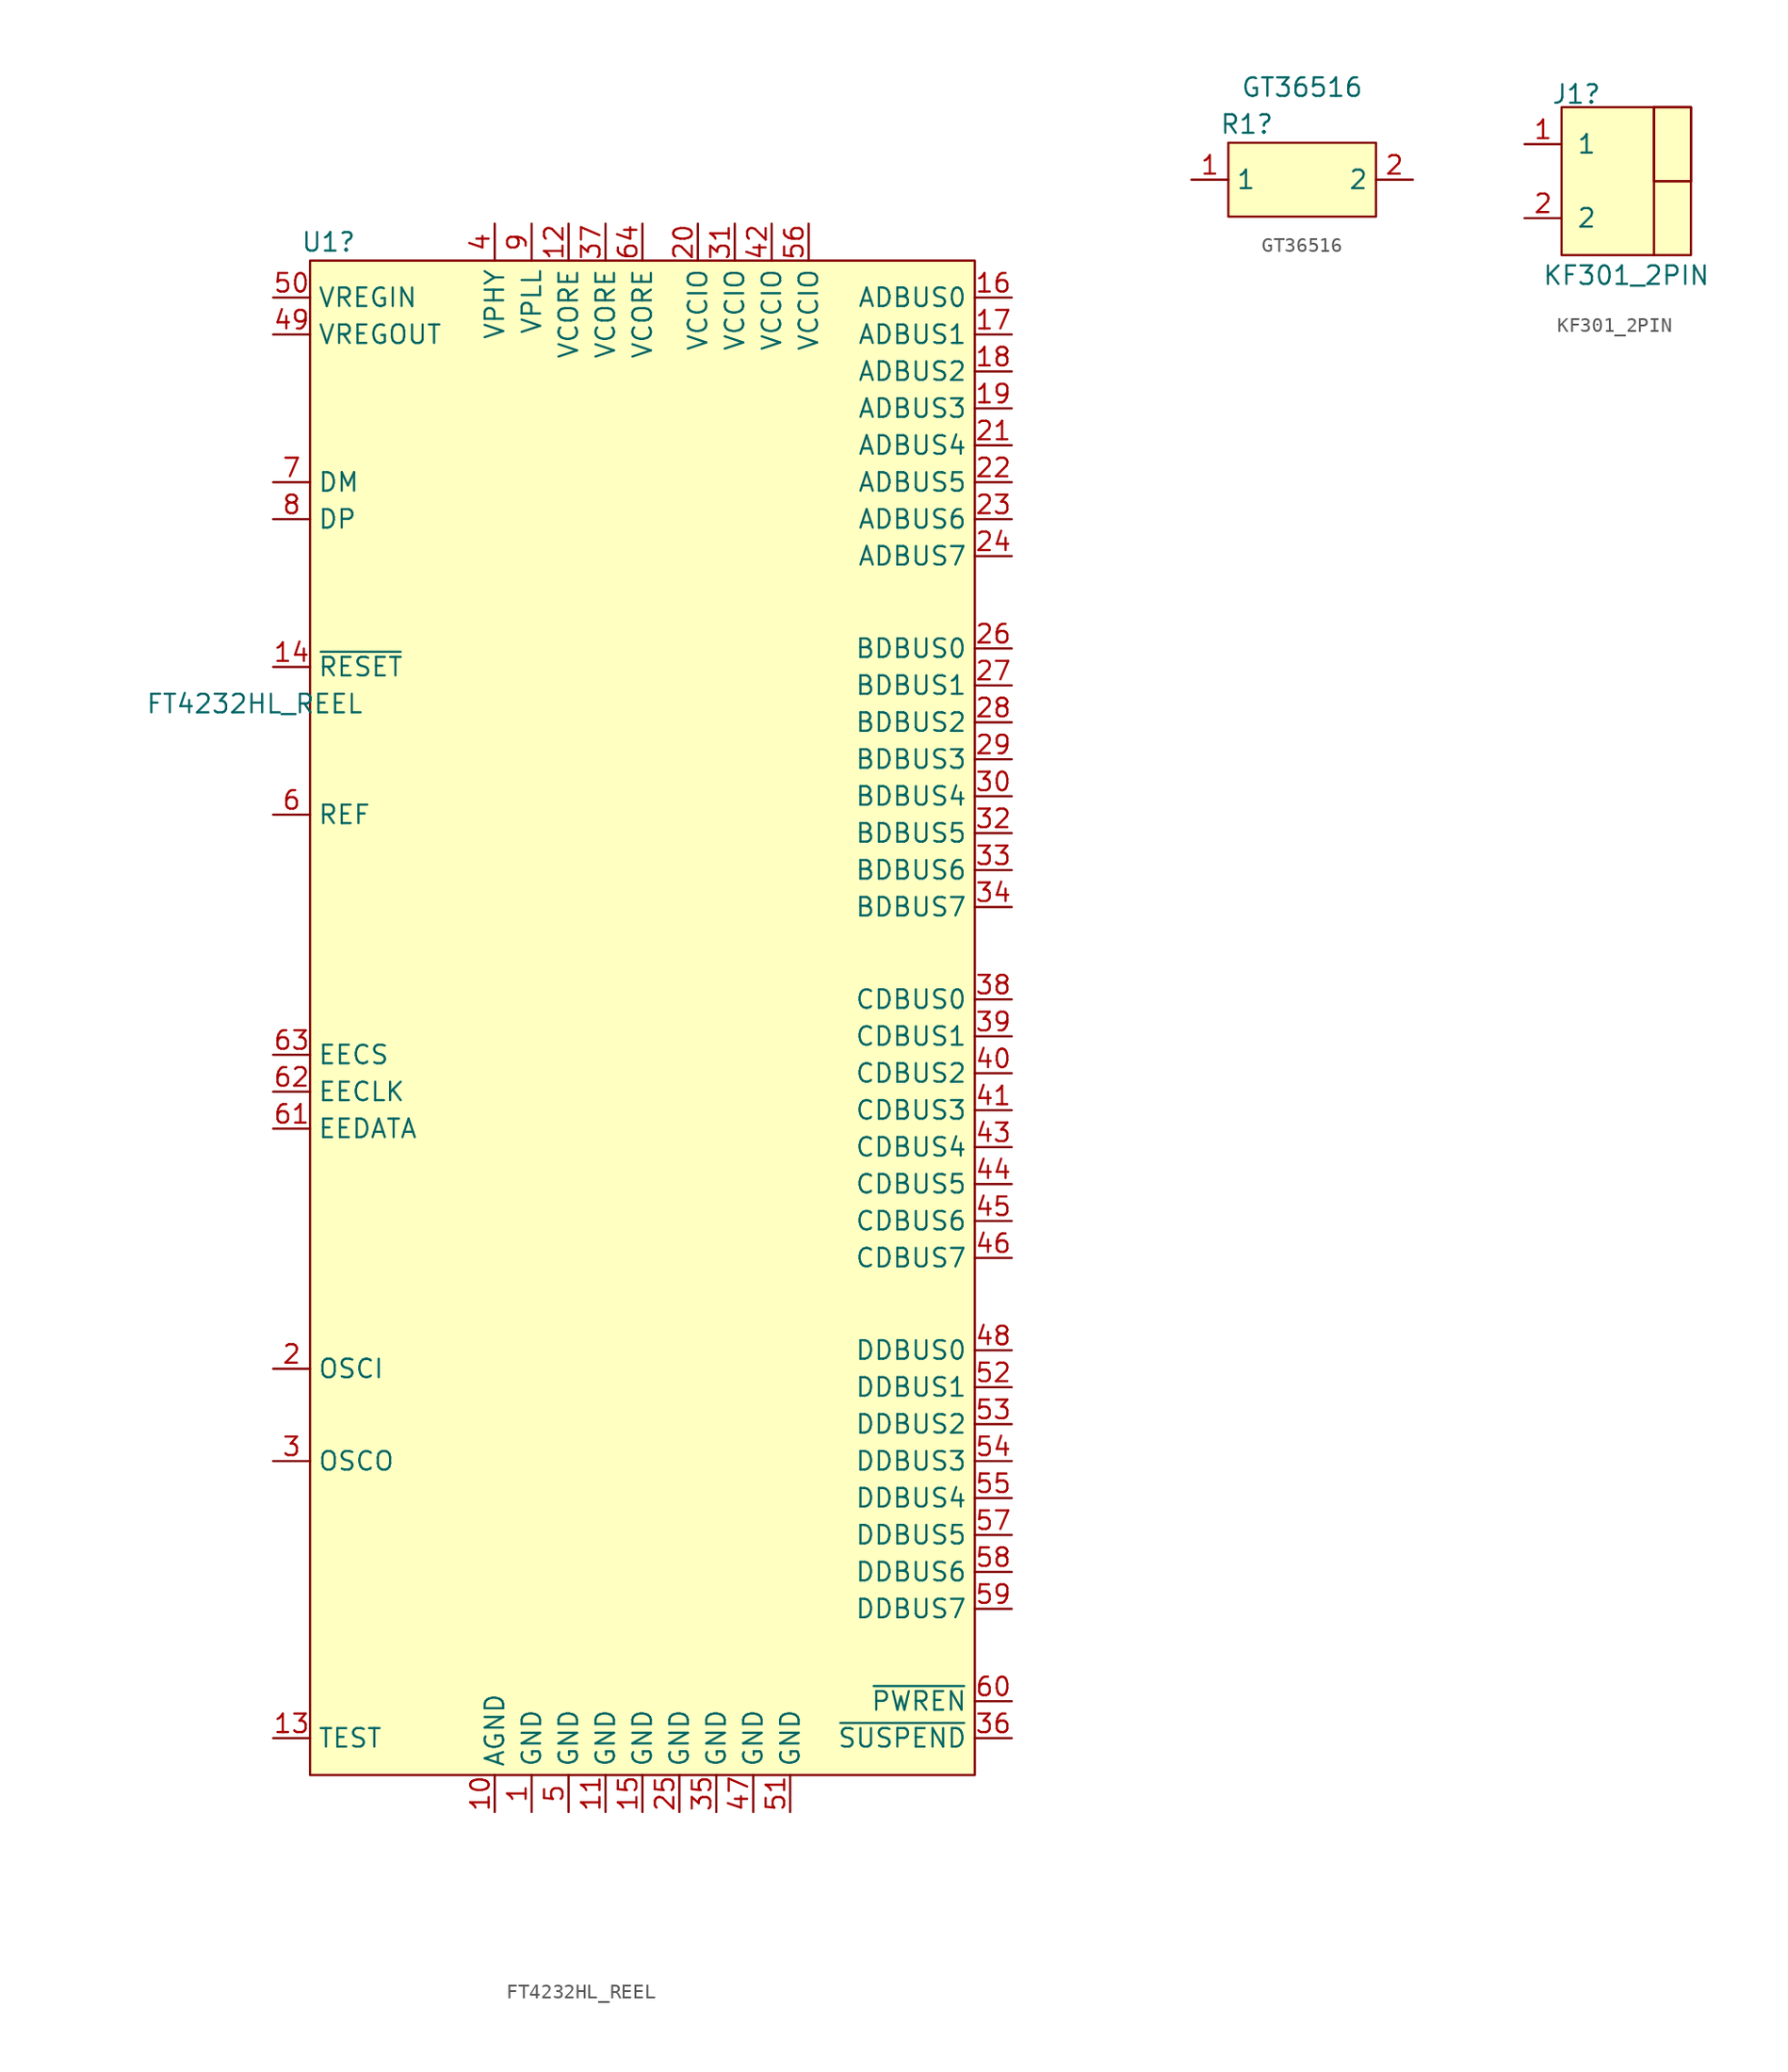
<source format=kicad_sym>
(kicad_symbol_lib
  (version 20220914)
  (generator kicad_symbol_editor)
  (symbol "FT4232HL_REEL"
    (property "Reference" "U1"
      (at -22.86 48.26 0)
      (effects (font (size 1.27 1.27))))
    (property "Value" "FT4232HL_REEL"
      (at -27.94 16.51 0)
      (effects (font (size 1.27 1.27))))
    (symbol "FT4232HL_REEL_0_1"
      (rectangle (start -24.13 46.99) (end 21.59 -57.15) (stroke (width 0) (type solid)) (fill (type background))))
    (symbol "FT4232HL_REEL_1_1"
      (pin power_in line (at -8.89 -59.69 90) (length 2.54) (name "GND" (effects (font (size 1.27 1.27)))) (number "1" (effects (font (size 1.27 1.27)))))
      (pin power_in line (at -11.43 -59.69 90) (length 2.54) (name "AGND" (effects (font (size 1.27 1.27)))) (number "10" (effects (font (size 1.27 1.27)))))
      (pin power_in line (at -3.81 -59.69 90) (length 2.54) (name "GND" (effects (font (size 1.27 1.27)))) (number "11" (effects (font (size 1.27 1.27)))))
      (pin power_in line (at -6.35 49.53 270) (length 2.54) (name "VCORE" (effects (font (size 1.27 1.27)))) (number "12" (effects (font (size 1.27 1.27)))))
      (pin passive line (at -26.67 -54.61 0) (length 2.54) (name "TEST" (effects (font (size 1.27 1.27)))) (number "13" (effects (font (size 1.27 1.27)))))
      (pin passive line (at -26.67 19.05 0) (length 2.54) (name "~{RESET}" (effects (font (size 1.27 1.27)))) (number "14" (effects (font (size 1.27 1.27)))))
      (pin power_in line (at -1.27 -59.69 90) (length 2.54) (name "GND" (effects (font (size 1.27 1.27)))) (number "15" (effects (font (size 1.27 1.27)))))
      (pin bidirectional line (at 24.13 44.45 180) (length 2.54) (name "ADBUS0" (effects (font (size 1.27 1.27)))) (number "16" (effects (font (size 1.27 1.27)))))
      (pin bidirectional line (at 24.13 41.91 180) (length 2.54) (name "ADBUS1" (effects (font (size 1.27 1.27)))) (number "17" (effects (font (size 1.27 1.27)))))
      (pin bidirectional line (at 24.13 39.37 180) (length 2.54) (name "ADBUS2" (effects (font (size 1.27 1.27)))) (number "18" (effects (font (size 1.27 1.27)))))
      (pin bidirectional line (at 24.13 36.83 180) (length 2.54) (name "ADBUS3" (effects (font (size 1.27 1.27)))) (number "19" (effects (font (size 1.27 1.27)))))
      (pin passive line (at -26.67 -29.21 0) (length 2.54) (name "OSCI" (effects (font (size 1.27 1.27)))) (number "2" (effects (font (size 1.27 1.27)))))
      (pin power_in line (at 2.54 49.53 270) (length 2.54) (name "VCCIO" (effects (font (size 1.27 1.27)))) (number "20" (effects (font (size 1.27 1.27)))))
      (pin bidirectional line (at 24.13 34.29 180) (length 2.54) (name "ADBUS4" (effects (font (size 1.27 1.27)))) (number "21" (effects (font (size 1.27 1.27)))))
      (pin bidirectional line (at 24.13 31.75 180) (length 2.54) (name "ADBUS5" (effects (font (size 1.27 1.27)))) (number "22" (effects (font (size 1.27 1.27)))))
      (pin bidirectional line (at 24.13 29.21 180) (length 2.54) (name "ADBUS6" (effects (font (size 1.27 1.27)))) (number "23" (effects (font (size 1.27 1.27)))))
      (pin bidirectional line (at 24.13 26.67 180) (length 2.54) (name "ADBUS7" (effects (font (size 1.27 1.27)))) (number "24" (effects (font (size 1.27 1.27)))))
      (pin power_in line (at 1.27 -59.69 90) (length 2.54) (name "GND" (effects (font (size 1.27 1.27)))) (number "25" (effects (font (size 1.27 1.27)))))
      (pin bidirectional line (at 24.13 20.32 180) (length 2.54) (name "BDBUS0" (effects (font (size 1.27 1.27)))) (number "26" (effects (font (size 1.27 1.27)))))
      (pin bidirectional line (at 24.13 17.78 180) (length 2.54) (name "BDBUS1" (effects (font (size 1.27 1.27)))) (number "27" (effects (font (size 1.27 1.27)))))
      (pin bidirectional line (at 24.13 15.24 180) (length 2.54) (name "BDBUS2" (effects (font (size 1.27 1.27)))) (number "28" (effects (font (size 1.27 1.27)))))
      (pin bidirectional line (at 24.13 12.7 180) (length 2.54) (name "BDBUS3" (effects (font (size 1.27 1.27)))) (number "29" (effects (font (size 1.27 1.27)))))
      (pin passive line (at -26.67 -35.56 0) (length 2.54) (name "OSCO" (effects (font (size 1.27 1.27)))) (number "3" (effects (font (size 1.27 1.27)))))
      (pin bidirectional line (at 24.13 10.16 180) (length 2.54) (name "BDBUS4" (effects (font (size 1.27 1.27)))) (number "30" (effects (font (size 1.27 1.27)))))
      (pin power_in line (at 5.08 49.53 270) (length 2.54) (name "VCCIO" (effects (font (size 1.27 1.27)))) (number "31" (effects (font (size 1.27 1.27)))))
      (pin bidirectional line (at 24.13 7.62 180) (length 2.54) (name "BDBUS5" (effects (font (size 1.27 1.27)))) (number "32" (effects (font (size 1.27 1.27)))))
      (pin bidirectional line (at 24.13 5.08 180) (length 2.54) (name "BDBUS6" (effects (font (size 1.27 1.27)))) (number "33" (effects (font (size 1.27 1.27)))))
      (pin bidirectional line (at 24.13 2.54 180) (length 2.54) (name "BDBUS7" (effects (font (size 1.27 1.27)))) (number "34" (effects (font (size 1.27 1.27)))))
      (pin power_in line (at 3.81 -59.69 90) (length 2.54) (name "GND" (effects (font (size 1.27 1.27)))) (number "35" (effects (font (size 1.27 1.27)))))
      (pin passive line (at 24.13 -54.61 180) (length 2.54) (name "~{SUSPEND}" (effects (font (size 1.27 1.27)))) (number "36" (effects (font (size 1.27 1.27)))))
      (pin power_in line (at -3.81 49.53 270) (length 2.54) (name "VCORE" (effects (font (size 1.27 1.27)))) (number "37" (effects (font (size 1.27 1.27)))))
      (pin bidirectional line (at 24.13 -3.81 180) (length 2.54) (name "CDBUS0" (effects (font (size 1.27 1.27)))) (number "38" (effects (font (size 1.27 1.27)))))
      (pin bidirectional line (at 24.13 -6.35 180) (length 2.54) (name "CDBUS1" (effects (font (size 1.27 1.27)))) (number "39" (effects (font (size 1.27 1.27)))))
      (pin power_in line (at -11.43 49.53 270) (length 2.54) (name "VPHY" (effects (font (size 1.27 1.27)))) (number "4" (effects (font (size 1.27 1.27)))))
      (pin bidirectional line (at 24.13 -8.89 180) (length 2.54) (name "CDBUS2" (effects (font (size 1.27 1.27)))) (number "40" (effects (font (size 1.27 1.27)))))
      (pin bidirectional line (at 24.13 -11.43 180) (length 2.54) (name "CDBUS3" (effects (font (size 1.27 1.27)))) (number "41" (effects (font (size 1.27 1.27)))))
      (pin power_in line (at 7.62 49.53 270) (length 2.54) (name "VCCIO" (effects (font (size 1.27 1.27)))) (number "42" (effects (font (size 1.27 1.27)))))
      (pin bidirectional line (at 24.13 -13.97 180) (length 2.54) (name "CDBUS4" (effects (font (size 1.27 1.27)))) (number "43" (effects (font (size 1.27 1.27)))))
      (pin bidirectional line (at 24.13 -16.51 180) (length 2.54) (name "CDBUS5" (effects (font (size 1.27 1.27)))) (number "44" (effects (font (size 1.27 1.27)))))
      (pin bidirectional line (at 24.13 -19.05 180) (length 2.54) (name "CDBUS6" (effects (font (size 1.27 1.27)))) (number "45" (effects (font (size 1.27 1.27)))))
      (pin bidirectional line (at 24.13 -21.59 180) (length 2.54) (name "CDBUS7" (effects (font (size 1.27 1.27)))) (number "46" (effects (font (size 1.27 1.27)))))
      (pin power_in line (at 6.35 -59.69 90) (length 2.54) (name "GND" (effects (font (size 1.27 1.27)))) (number "47" (effects (font (size 1.27 1.27)))))
      (pin bidirectional line (at 24.13 -27.94 180) (length 2.54) (name "DDBUS0" (effects (font (size 1.27 1.27)))) (number "48" (effects (font (size 1.27 1.27)))))
      (pin power_in line (at -26.67 41.91 0) (length 2.54) (name "VREGOUT" (effects (font (size 1.27 1.27)))) (number "49" (effects (font (size 1.27 1.27)))))
      (pin power_in line (at -6.35 -59.69 90) (length 2.54) (name "GND" (effects (font (size 1.27 1.27)))) (number "5" (effects (font (size 1.27 1.27)))))
      (pin power_in line (at -26.67 44.45 0) (length 2.54) (name "VREGIN" (effects (font (size 1.27 1.27)))) (number "50" (effects (font (size 1.27 1.27)))))
      (pin power_in line (at 8.89 -59.69 90) (length 2.54) (name "GND" (effects (font (size 1.27 1.27)))) (number "51" (effects (font (size 1.27 1.27)))))
      (pin bidirectional line (at 24.13 -30.48 180) (length 2.54) (name "DDBUS1" (effects (font (size 1.27 1.27)))) (number "52" (effects (font (size 1.27 1.27)))))
      (pin bidirectional line (at 24.13 -33.02 180) (length 2.54) (name "DDBUS2" (effects (font (size 1.27 1.27)))) (number "53" (effects (font (size 1.27 1.27)))))
      (pin bidirectional line (at 24.13 -35.56 180) (length 2.54) (name "DDBUS3" (effects (font (size 1.27 1.27)))) (number "54" (effects (font (size 1.27 1.27)))))
      (pin bidirectional line (at 24.13 -38.1 180) (length 2.54) (name "DDBUS4" (effects (font (size 1.27 1.27)))) (number "55" (effects (font (size 1.27 1.27)))))
      (pin power_in line (at 10.16 49.53 270) (length 2.54) (name "VCCIO" (effects (font (size 1.27 1.27)))) (number "56" (effects (font (size 1.27 1.27)))))
      (pin bidirectional line (at 24.13 -40.64 180) (length 2.54) (name "DDBUS5" (effects (font (size 1.27 1.27)))) (number "57" (effects (font (size 1.27 1.27)))))
      (pin bidirectional line (at 24.13 -43.18 180) (length 2.54) (name "DDBUS6" (effects (font (size 1.27 1.27)))) (number "58" (effects (font (size 1.27 1.27)))))
      (pin bidirectional line (at 24.13 -45.72 180) (length 2.54) (name "DDBUS7" (effects (font (size 1.27 1.27)))) (number "59" (effects (font (size 1.27 1.27)))))
      (pin passive line (at -26.67 8.89 0) (length 2.54) (name "REF" (effects (font (size 1.27 1.27)))) (number "6" (effects (font (size 1.27 1.27)))))
      (pin tri_state line (at 24.13 -52.07 180) (length 2.54) (name "~{PWREN}" (effects (font (size 1.27 1.27)))) (number "60" (effects (font (size 1.27 1.27)))))
      (pin bidirectional line (at -26.67 -12.7 0) (length 2.54) (name "EEDATA" (effects (font (size 1.27 1.27)))) (number "61" (effects (font (size 1.27 1.27)))))
      (pin bidirectional line (at -26.67 -10.16 0) (length 2.54) (name "EECLK" (effects (font (size 1.27 1.27)))) (number "62" (effects (font (size 1.27 1.27)))))
      (pin bidirectional line (at -26.67 -7.62 0) (length 2.54) (name "EECS" (effects (font (size 1.27 1.27)))) (number "63" (effects (font (size 1.27 1.27)))))
      (pin power_in line (at -1.27 49.53 270) (length 2.54) (name "VCORE" (effects (font (size 1.27 1.27)))) (number "64" (effects (font (size 1.27 1.27)))))
      (pin bidirectional line (at -26.67 31.75 0) (length 2.54) (name "DM" (effects (font (size 1.27 1.27)))) (number "7" (effects (font (size 1.27 1.27)))))
      (pin bidirectional line (at -26.67 29.21 0) (length 2.54) (name "DP" (effects (font (size 1.27 1.27)))) (number "8" (effects (font (size 1.27 1.27)))))
      (pin power_in line (at -8.89 49.53 270) (length 2.54) (name "VPLL" (effects (font (size 1.27 1.27)))) (number "9" (effects (font (size 1.27 1.27)))))))
  (symbol "GT36516"
    (property "Reference" "R1"
      (at -3.81 3.81 0)
      (effects (font (size 1.27 1.27))))
    (property "Value" "GT36516"
      (at 0 6.35 0)
      (effects (font (size 1.27 1.27))))
    (symbol "GT36516_1_1"
      (rectangle (start -5.08 2.54) (end 5.08 -2.54) (stroke (width 0) (type default)) (fill (type background)))
      (pin passive line (at -7.62 0 0) (length 2.54) (name "1" (effects (font (size 1.27 1.27)))) (number "1" (effects (font (size 1.27 1.27)))))
      (pin passive line (at 7.62 0 180) (length 2.54) (name "2" (effects (font (size 1.27 1.27)))) (number "2" (effects (font (size 1.27 1.27)))))))
  (symbol "KF301_2PIN"
    (pin_names
      (offset 1.016))
    (property "Reference" "J1"
      (at -2.794 5.969 0)
      (effects (font (size 1.27 1.27))))
    (property "Value" "KF301_2PIN"
      (at 0.635 -6.477 0)
      (effects (font (size 1.27 1.27))))
    (symbol "KF301_2PIN_0_1"
      (rectangle (start -3.81 5.08) (end 5.08 -5.08) (stroke (width 0) (type default)) (fill (type background)))
      (polyline (pts (xy 2.54 0) (xy 5.08 0)) (stroke (width 0) (type default)) (fill (type none)))
      (polyline (pts (xy 2.54 5.08) (xy 2.54 -5.08)) (stroke (width 0) (type default)) (fill (type none)))
      (rectangle (start 2.54 5.08) (end 5.08 0) (stroke (width 0) (type default)) (fill (type none))))
    (symbol "KF301_2PIN_1_1"
      (pin passive line (at -6.35 2.54 0) (length 2.54) (name "1" (effects (font (size 1.27 1.27)))) (number "1" (effects (font (size 1.27 1.27)))))
      (pin passive line (at -6.35 -2.54 0) (length 2.54) (name "2" (effects (font (size 1.27 1.27)))) (number "2" (effects (font (size 1.27 1.27))))))))
</source>
